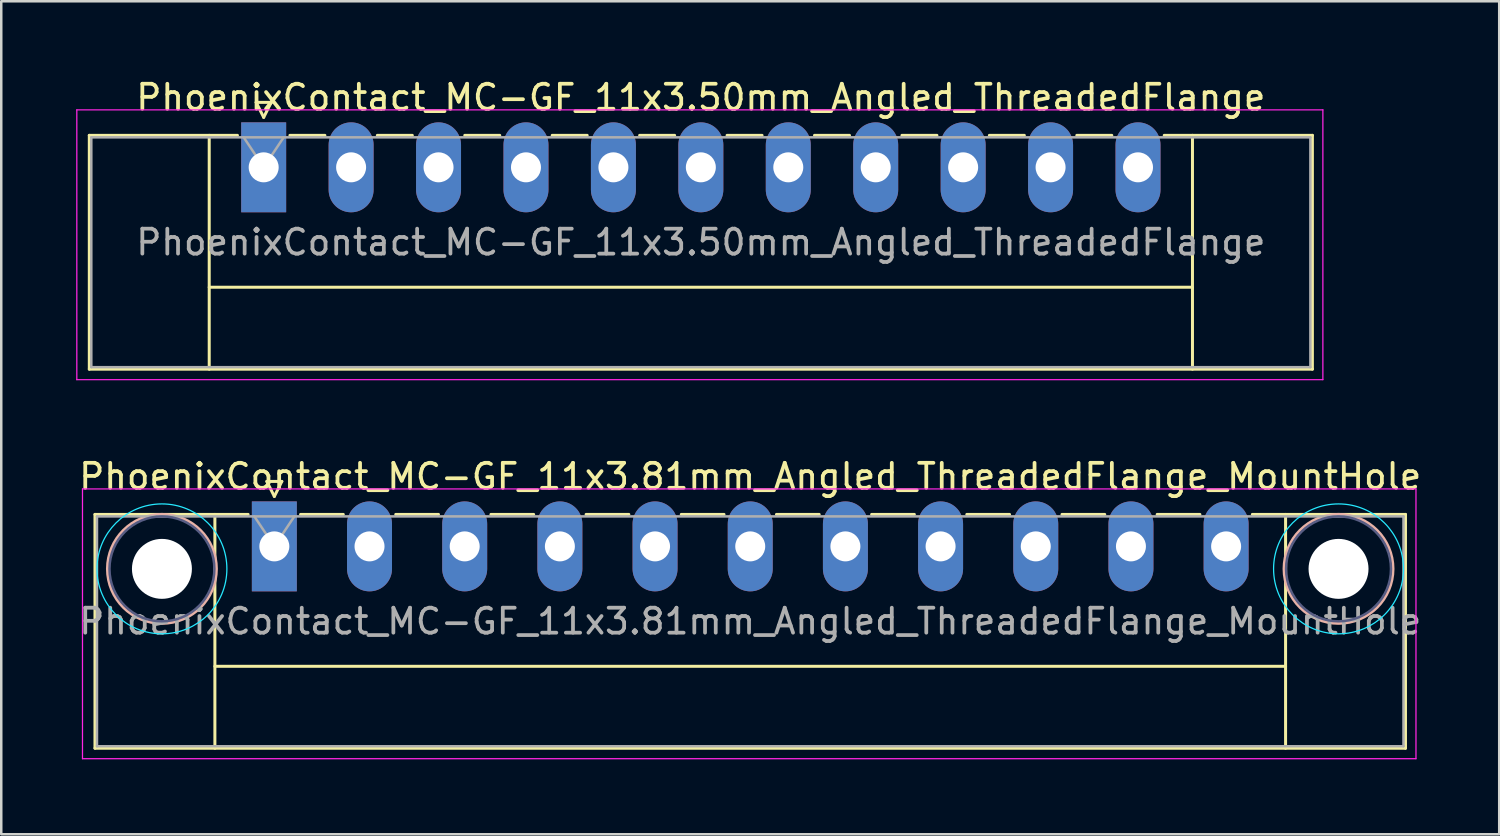
<source format=kicad_pcb>
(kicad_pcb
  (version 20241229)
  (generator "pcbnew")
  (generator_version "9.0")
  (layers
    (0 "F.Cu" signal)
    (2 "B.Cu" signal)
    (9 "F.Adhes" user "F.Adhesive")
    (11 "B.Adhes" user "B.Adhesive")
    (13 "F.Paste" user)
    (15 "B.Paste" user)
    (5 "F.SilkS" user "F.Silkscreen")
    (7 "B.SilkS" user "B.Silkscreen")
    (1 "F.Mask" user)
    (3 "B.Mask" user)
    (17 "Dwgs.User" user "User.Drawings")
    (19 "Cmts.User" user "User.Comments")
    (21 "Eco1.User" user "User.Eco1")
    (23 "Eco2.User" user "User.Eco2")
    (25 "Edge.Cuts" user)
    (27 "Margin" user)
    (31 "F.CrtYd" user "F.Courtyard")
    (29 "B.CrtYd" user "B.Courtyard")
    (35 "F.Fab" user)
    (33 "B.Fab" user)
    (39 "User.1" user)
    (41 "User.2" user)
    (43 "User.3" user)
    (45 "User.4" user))
  (footprint "PhoenixContact_MC-GF_11x3.50mm_Angled_ThreadedFlange"
    (layer "F.Cu")
    (at 7.505 3.648)
    (property "Reference" "PhoenixContact_MC-GF_11x3.50mm_Angled_ThreadedFlange" (at 17.5 -2.8 0) (layer "F.SilkS") (effects (font (size 1 1) (thickness 0.15))))
    (attr through_hole)
    (fp_line (start -6.98 -1.28) (end -6.98 8.08) (stroke (width 0.12) (type solid)) (layer "F.SilkS"))
    (fp_line (start -6.98 -1.28) (end -1.05 -1.28) (stroke (width 0.12) (type solid)) (layer "F.SilkS"))
    (fp_line (start -6.98 8.08) (end 41.98 8.08) (stroke (width 0.12) (type solid)) (layer "F.SilkS"))
    (fp_line (start -2.18 -1.28) (end -2.18 8.08) (stroke (width 0.12) (type solid)) (layer "F.SilkS"))
    (fp_line (start -2.18 4.8) (end 37.18 4.8) (stroke (width 0.12) (type solid)) (layer "F.SilkS"))
    (fp_line (start -0.3 -2.6) (end 0.3 -2.6) (stroke (width 0.12) (type solid)) (layer "F.SilkS"))
    (fp_line (start 0 -2) (end -0.3 -2.6) (stroke (width 0.12) (type solid)) (layer "F.SilkS"))
    (fp_line (start 0.3 -2.6) (end 0 -2) (stroke (width 0.12) (type solid)) (layer "F.SilkS"))
    (fp_line (start 1.05 -1.28) (end 2.45 -1.28) (stroke (width 0.12) (type solid)) (layer "F.SilkS"))
    (fp_line (start 4.55 -1.28) (end 5.95 -1.28) (stroke (width 0.12) (type solid)) (layer "F.SilkS"))
    (fp_line (start 8.05 -1.28) (end 9.45 -1.28) (stroke (width 0.12) (type solid)) (layer "F.SilkS"))
    (fp_line (start 11.55 -1.28) (end 12.95 -1.28) (stroke (width 0.12) (type solid)) (layer "F.SilkS"))
    (fp_line (start 15.05 -1.28) (end 16.45 -1.28) (stroke (width 0.12) (type solid)) (layer "F.SilkS"))
    (fp_line (start 18.55 -1.28) (end 19.95 -1.28) (stroke (width 0.12) (type solid)) (layer "F.SilkS"))
    (fp_line (start 22.05 -1.28) (end 23.45 -1.28) (stroke (width 0.12) (type solid)) (layer "F.SilkS"))
    (fp_line (start 25.55 -1.28) (end 26.95 -1.28) (stroke (width 0.12) (type solid)) (layer "F.SilkS"))
    (fp_line (start 29.05 -1.28) (end 30.45 -1.28) (stroke (width 0.12) (type solid)) (layer "F.SilkS"))
    (fp_line (start 32.55 -1.28) (end 33.95 -1.28) (stroke (width 0.12) (type solid)) (layer "F.SilkS"))
    (fp_line (start 37.18 -1.28) (end 37.18 8.08) (stroke (width 0.12) (type solid)) (layer "F.SilkS"))
    (fp_line (start 41.98 -1.28) (end 36.05 -1.28) (stroke (width 0.12) (type solid)) (layer "F.SilkS"))
    (fp_line (start 41.98 8.08) (end 41.98 -1.28) (stroke (width 0.12) (type solid)) (layer "F.SilkS"))
    (fp_line (start -7.48 -2.3) (end -7.48 8.5) (stroke (width 0.05) (type solid)) (layer "F.CrtYd"))
    (fp_line (start -7.48 8.5) (end 42.4 8.5) (stroke (width 0.05) (type solid)) (layer "F.CrtYd"))
    (fp_line (start 42.4 -2.3) (end -7.48 -2.3) (stroke (width 0.05) (type solid)) (layer "F.CrtYd"))
    (fp_line (start 42.4 8.5) (end 42.4 -2.3) (stroke (width 0.05) (type solid)) (layer "F.CrtYd"))
    (fp_line (start -6.9 -1.2) (end -6.9 8) (stroke (width 0.1) (type solid)) (layer "F.Fab"))
    (fp_line (start -6.9 8) (end 41.9 8) (stroke (width 0.1) (type solid)) (layer "F.Fab"))
    (fp_line (start 0 0) (end -0.8 -1.2) (stroke (width 0.1) (type solid)) (layer "F.Fab"))
    (fp_line (start 0.8 -1.2) (end 0 0) (stroke (width 0.1) (type solid)) (layer "F.Fab"))
    (fp_line (start 41.9 -1.2) (end -6.9 -1.2) (stroke (width 0.1) (type solid)) (layer "F.Fab"))
    (fp_line (start 41.9 8) (end 41.9 -1.2) (stroke (width 0.1) (type solid)) (layer "F.Fab"))
    (fp_text user "${REFERENCE}" (at 17.5 3 0) (layer "F.Fab") (effects (font (size 1 1) (thickness 0.15))))
    (pad "1" thru_hole rect (at 0 0) (size 1.8 3.6) (drill 1.2) (layers "*.Cu" "*.Mask"))
    (pad "2" thru_hole oval (at 3.5 0) (size 1.8 3.6) (drill 1.2) (layers "*.Cu" "*.Mask"))
    (pad "3" thru_hole oval (at 7 0) (size 1.8 3.6) (drill 1.2) (layers "*.Cu" "*.Mask"))
    (pad "4" thru_hole oval (at 10.5 0) (size 1.8 3.6) (drill 1.2) (layers "*.Cu" "*.Mask"))
    (pad "5" thru_hole oval (at 14 0) (size 1.8 3.6) (drill 1.2) (layers "*.Cu" "*.Mask"))
    (pad "6" thru_hole oval (at 17.5 0) (size 1.8 3.6) (drill 1.2) (layers "*.Cu" "*.Mask"))
    (pad "7" thru_hole oval (at 21 0) (size 1.8 3.6) (drill 1.2) (layers "*.Cu" "*.Mask"))
    (pad "8" thru_hole oval (at 24.5 0) (size 1.8 3.6) (drill 1.2) (layers "*.Cu" "*.Mask"))
    (pad "9" thru_hole oval (at 28 0) (size 1.8 3.6) (drill 1.2) (layers "*.Cu" "*.Mask"))
    (pad "10" thru_hole oval (at 31.5 0) (size 1.8 3.6) (drill 1.2) (layers "*.Cu" "*.Mask"))
    (pad "11" thru_hole oval (at 35 0) (size 1.8 3.6) (drill 1.2) (layers "*.Cu" "*.Mask")))
  (footprint "PhoenixContact_MC-GF_11x3.81mm_Angled_ThreadedFlange_MountHole"
    (layer "F.Cu")
    (at 7.932 18.822)
    (property "Reference" "PhoenixContact_MC-GF_11x3.81mm_Angled_ThreadedFlange_MountHole" (at 19.05 -2.8 0) (layer "F.SilkS") (effects (font (size 1 1) (thickness 0.15))))
    (attr through_hole)
    (fp_line (start -7.18 -1.28) (end -7.18 8.08) (stroke (width 0.12) (type solid)) (layer "F.SilkS"))
    (fp_line (start -7.18 -1.28) (end -1.05 -1.28) (stroke (width 0.12) (type solid)) (layer "F.SilkS"))
    (fp_line (start -7.18 8.08) (end 45.28 8.08) (stroke (width 0.12) (type solid)) (layer "F.SilkS"))
    (fp_line (start -2.38 -1.28) (end -2.38 8.08) (stroke (width 0.12) (type solid)) (layer "F.SilkS"))
    (fp_line (start -2.38 4.8) (end 40.48 4.8) (stroke (width 0.12) (type solid)) (layer "F.SilkS"))
    (fp_line (start -0.3 -2.6) (end 0.3 -2.6) (stroke (width 0.12) (type solid)) (layer "F.SilkS"))
    (fp_line (start 0 -2) (end -0.3 -2.6) (stroke (width 0.12) (type solid)) (layer "F.SilkS"))
    (fp_line (start 0.3 -2.6) (end 0 -2) (stroke (width 0.12) (type solid)) (layer "F.SilkS"))
    (fp_line (start 1.05 -1.28) (end 2.76 -1.28) (stroke (width 0.12) (type solid)) (layer "F.SilkS"))
    (fp_line (start 4.86 -1.28) (end 6.57 -1.28) (stroke (width 0.12) (type solid)) (layer "F.SilkS"))
    (fp_line (start 8.67 -1.28) (end 10.38 -1.28) (stroke (width 0.12) (type solid)) (layer "F.SilkS"))
    (fp_line (start 12.48 -1.28) (end 14.19 -1.28) (stroke (width 0.12) (type solid)) (layer "F.SilkS"))
    (fp_line (start 16.29 -1.28) (end 18 -1.28) (stroke (width 0.12) (type solid)) (layer "F.SilkS"))
    (fp_line (start 20.1 -1.28) (end 21.81 -1.28) (stroke (width 0.12) (type solid)) (layer "F.SilkS"))
    (fp_line (start 23.91 -1.28) (end 25.62 -1.28) (stroke (width 0.12) (type solid)) (layer "F.SilkS"))
    (fp_line (start 27.72 -1.28) (end 29.43 -1.28) (stroke (width 0.12) (type solid)) (layer "F.SilkS"))
    (fp_line (start 31.53 -1.28) (end 33.24 -1.28) (stroke (width 0.12) (type solid)) (layer "F.SilkS"))
    (fp_line (start 35.34 -1.28) (end 37.05 -1.28) (stroke (width 0.12) (type solid)) (layer "F.SilkS"))
    (fp_line (start 40.48 -1.28) (end 40.48 8.08) (stroke (width 0.12) (type solid)) (layer "F.SilkS"))
    (fp_line (start 45.28 -1.28) (end 39.15 -1.28) (stroke (width 0.12) (type solid)) (layer "F.SilkS"))
    (fp_line (start 45.28 8.08) (end 45.28 -1.28) (stroke (width 0.12) (type solid)) (layer "F.SilkS"))
    (fp_circle (center -4.5 0.9) (end -2.32 0.9) (stroke (width 0.12) (type solid)) (fill no) (layer "B.SilkS"))
    (fp_circle (center 42.6 0.9) (end 44.78 0.9) (stroke (width 0.12) (type solid)) (fill no) (layer "B.SilkS"))
    (fp_circle (center -4.5 0.9) (end -1.9 0.9) (stroke (width 0.05) (type solid)) (fill no) (layer "B.CrtYd"))
    (fp_circle (center 42.6 0.9) (end 45.2 0.9) (stroke (width 0.05) (type solid)) (fill no) (layer "B.CrtYd"))
    (fp_line (start -7.68 -2.3) (end -7.68 8.5) (stroke (width 0.05) (type solid)) (layer "F.CrtYd"))
    (fp_line (start -7.68 8.5) (end 45.7 8.5) (stroke (width 0.05) (type solid)) (layer "F.CrtYd"))
    (fp_line (start 45.7 -2.3) (end -7.68 -2.3) (stroke (width 0.05) (type solid)) (layer "F.CrtYd"))
    (fp_line (start 45.7 8.5) (end 45.7 -2.3) (stroke (width 0.05) (type solid)) (layer "F.CrtYd"))
    (fp_circle (center -4.5 0.9) (end -2.4 0.9) (stroke (width 0.1) (type solid)) (fill no) (layer "B.Fab"))
    (fp_circle (center 42.6 0.9) (end 44.7 0.9) (stroke (width 0.1) (type solid)) (fill no) (layer "B.Fab"))
    (fp_line (start -7.1 -1.2) (end -7.1 8) (stroke (width 0.1) (type solid)) (layer "F.Fab"))
    (fp_line (start -7.1 8) (end 45.2 8) (stroke (width 0.1) (type solid)) (layer "F.Fab"))
    (fp_line (start 0 0) (end -0.8 -1.2) (stroke (width 0.1) (type solid)) (layer "F.Fab"))
    (fp_line (start 0.8 -1.2) (end 0 0) (stroke (width 0.1) (type solid)) (layer "F.Fab"))
    (fp_line (start 45.2 -1.2) (end -7.1 -1.2) (stroke (width 0.1) (type solid)) (layer "F.Fab"))
    (fp_line (start 45.2 8) (end 45.2 -1.2) (stroke (width 0.1) (type solid)) (layer "F.Fab"))
    (fp_text user "${REFERENCE}" (at 19.05 3 0) (layer "F.Fab") (effects (font (size 1 1) (thickness 0.15))))
    (pad "" np_thru_hole circle (at -4.5 0.9) (size 2.4 2.4) (drill 2.4) (layers "*.Cu" "*.Mask"))
    (pad "" np_thru_hole circle (at 42.6 0.9) (size 2.4 2.4) (drill 2.4) (layers "*.Cu" "*.Mask"))
    (pad "1" thru_hole rect (at 0 0) (size 1.8 3.6) (drill 1.2) (layers "*.Cu" "*.Mask"))
    (pad "2" thru_hole oval (at 3.81 0) (size 1.8 3.6) (drill 1.2) (layers "*.Cu" "*.Mask"))
    (pad "3" thru_hole oval (at 7.62 0) (size 1.8 3.6) (drill 1.2) (layers "*.Cu" "*.Mask"))
    (pad "4" thru_hole oval (at 11.43 0) (size 1.8 3.6) (drill 1.2) (layers "*.Cu" "*.Mask"))
    (pad "5" thru_hole oval (at 15.24 0) (size 1.8 3.6) (drill 1.2) (layers "*.Cu" "*.Mask"))
    (pad "6" thru_hole oval (at 19.05 0) (size 1.8 3.6) (drill 1.2) (layers "*.Cu" "*.Mask"))
    (pad "7" thru_hole oval (at 22.86 0) (size 1.8 3.6) (drill 1.2) (layers "*.Cu" "*.Mask"))
    (pad "8" thru_hole oval (at 26.67 0) (size 1.8 3.6) (drill 1.2) (layers "*.Cu" "*.Mask"))
    (pad "9" thru_hole oval (at 30.48 0) (size 1.8 3.6) (drill 1.2) (layers "*.Cu" "*.Mask"))
    (pad "10" thru_hole oval (at 34.29 0) (size 1.8 3.6) (drill 1.2) (layers "*.Cu" "*.Mask"))
    (pad "11" thru_hole oval (at 38.1 0) (size 1.8 3.6) (drill 1.2) (layers "*.Cu" "*.Mask")))
  (gr_rect
    (start -3 -3)
    (end 56.964 30.346)
    (stroke (width 0.1) (type default))
    (fill no)
    (layer "Edge.Cuts")))
</source>
